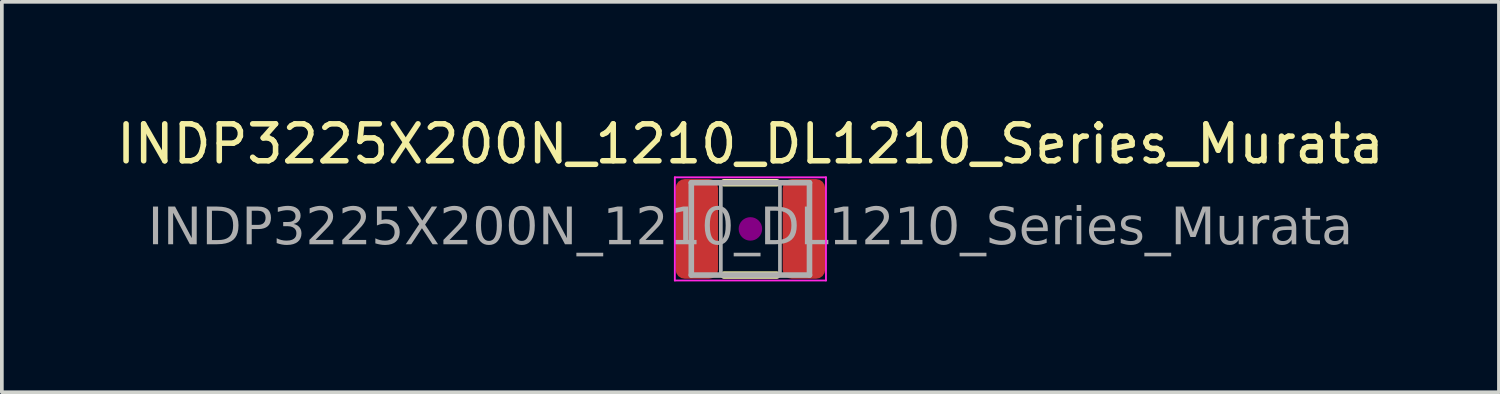
<source format=kicad_pcb>
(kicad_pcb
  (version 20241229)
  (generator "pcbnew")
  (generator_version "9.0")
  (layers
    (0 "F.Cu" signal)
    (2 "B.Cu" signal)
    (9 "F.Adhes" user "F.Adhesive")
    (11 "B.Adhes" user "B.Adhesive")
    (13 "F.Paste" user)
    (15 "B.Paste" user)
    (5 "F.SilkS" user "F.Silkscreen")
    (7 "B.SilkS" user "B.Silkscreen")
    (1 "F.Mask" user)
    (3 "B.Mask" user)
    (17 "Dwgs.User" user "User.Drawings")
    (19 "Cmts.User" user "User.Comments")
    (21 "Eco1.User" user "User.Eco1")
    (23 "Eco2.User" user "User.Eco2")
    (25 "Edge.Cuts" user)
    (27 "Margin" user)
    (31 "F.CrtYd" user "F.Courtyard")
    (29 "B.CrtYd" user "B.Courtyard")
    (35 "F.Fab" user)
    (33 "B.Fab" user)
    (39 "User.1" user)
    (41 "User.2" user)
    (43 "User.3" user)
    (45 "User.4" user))
  (footprint "INDP3225X200N_1210_DL1210_Series_Murata"
    (layer "F.Cu")
    (at 17.268 3.148)
    (property "Reference" "INDP3225X200N_1210_DL1210_Series_Murata" (at 0 -2.3 0) (layer "F.SilkS") (effects (font (size 1 1) (thickness 0.15))))
    (attr smd)
    (fp_line (start -0.711 -1.25) (end 0.711 -1.25) (stroke (width 0.203) (type solid)) (layer "F.SilkS"))
    (fp_line (start -0.711 1.25) (end 0.711 1.25) (stroke (width 0.203) (type solid)) (layer "F.SilkS"))
    (fp_circle (center 0 0) (end 0.318 0) (stroke (width 0) (type solid)) (fill yes) (layer "F.Adhes"))
    (fp_line (start -2.046 -1.397) (end 2.046 -1.397) (stroke (width 0.05) (type solid)) (layer "F.CrtYd"))
    (fp_line (start -2.046 1.397) (end -2.046 -1.397) (stroke (width 0.05) (type solid)) (layer "F.CrtYd"))
    (fp_line (start 2.046 -1.397) (end 2.046 1.397) (stroke (width 0.05) (type solid)) (layer "F.CrtYd"))
    (fp_line (start 2.046 1.397) (end -2.046 1.397) (stroke (width 0.05) (type solid)) (layer "F.CrtYd"))
    (fp_line (start -1.6 -1.25) (end 1.6 -1.25) (stroke (width 0.152) (type solid)) (layer "F.Fab"))
    (fp_line (start -1.6 1.25) (end -1.6 -1.25) (stroke (width 0.152) (type solid)) (layer "F.Fab"))
    (fp_line (start 1.6 -1.25) (end 1.6 1.25) (stroke (width 0.152) (type solid)) (layer "F.Fab"))
    (fp_line (start 1.6 1.25) (end -1.6 1.25) (stroke (width 0.152) (type solid)) (layer "F.Fab"))
    (fp_rect (start -1.6 -1.25) (end -0.8 1.25) (stroke (width 0.1) (type solid)) (fill no) (layer "F.Fab"))
    (fp_rect (start 0.8 -1.25) (end 1.6 1.25) (stroke (width 0.1) (type solid)) (fill no) (layer "F.Fab"))
    (fp_text user "${REFERENCE}" (at 0 0 0) (layer "F.Fab") (effects (font (face "Tahoma") (size 1 1) (thickness 0.15))))
    (pad "1" smd roundrect (at -1.45 0) (size 1.15 2.7) (layers "F.Cu" "F.Mask" "F.Paste") (roundrect_rratio 0.217))
    (pad "2" smd roundrect (at 1.45 0) (size 1.15 2.7) (layers "F.Cu" "F.Mask" "F.Paste") (roundrect_rratio 0.217)))
  (gr_rect
    (start -3 -3)
    (end 37.536 7.57)
    (stroke (width 0.1) (type default))
    (fill no)
    (layer "Edge.Cuts")))
</source>
